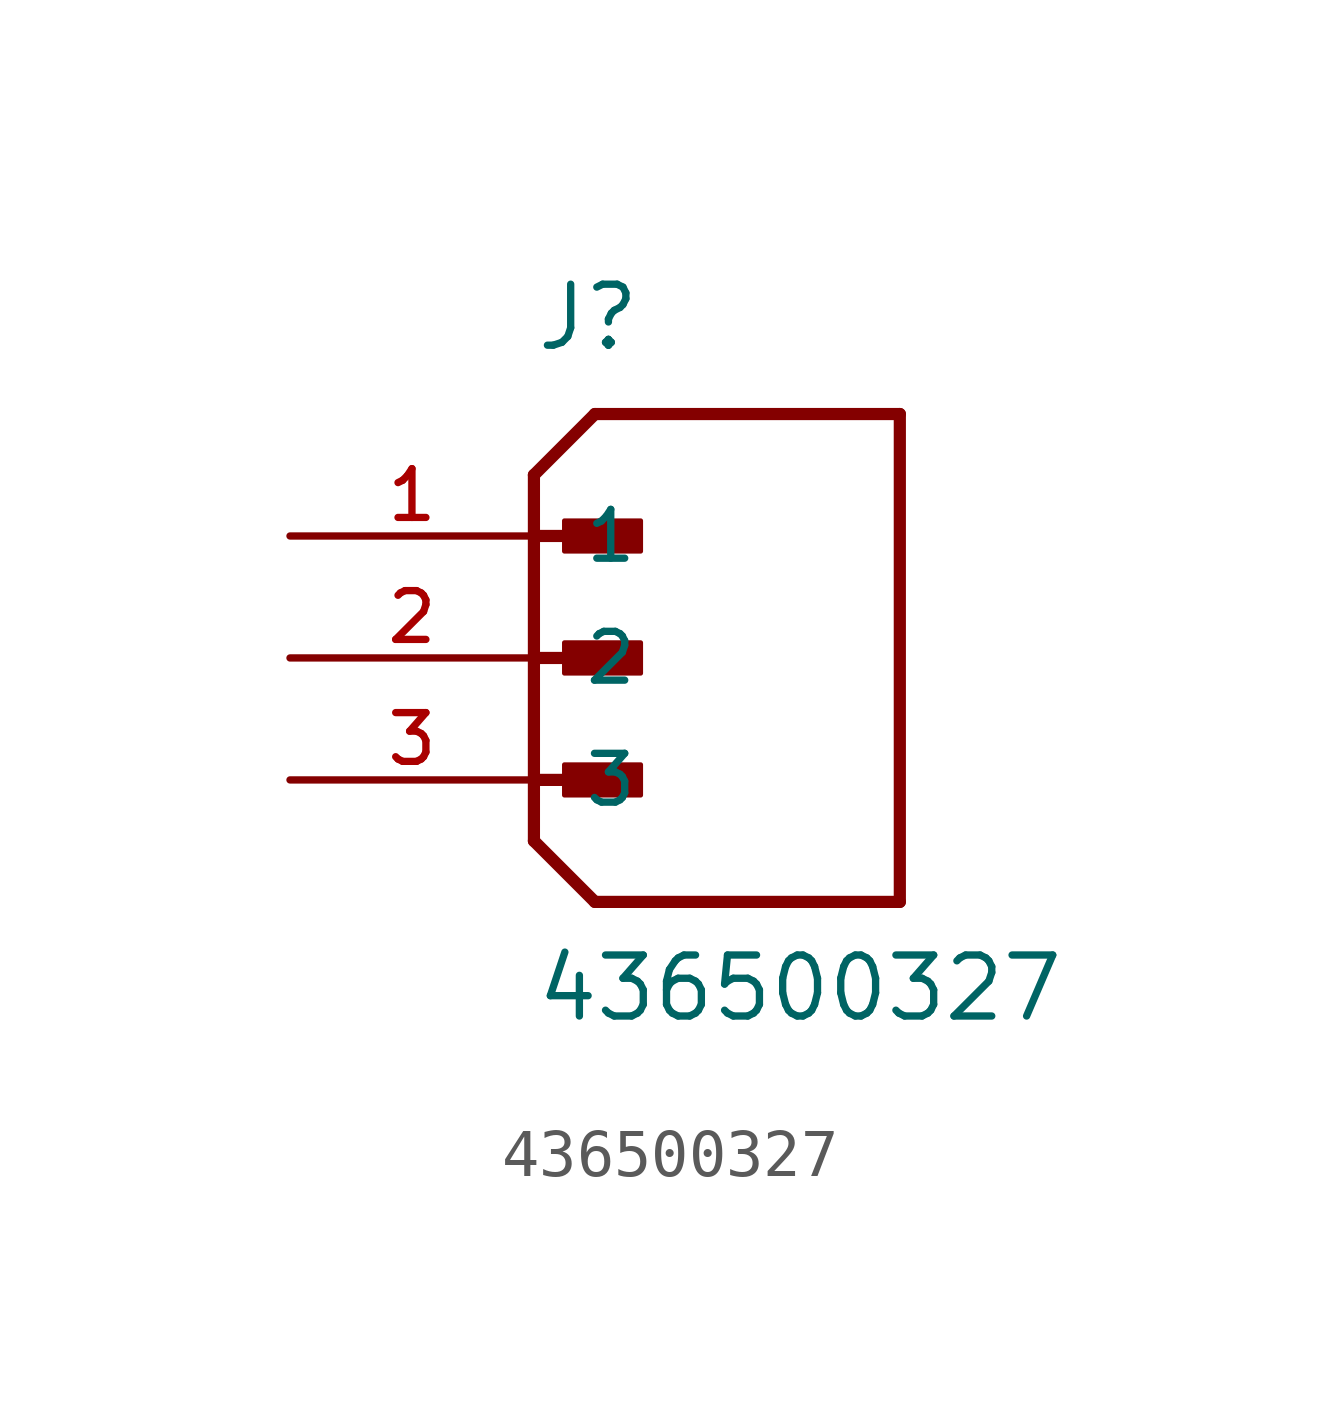
<source format=kicad_sym>
(kicad_symbol_lib
  (version 20211014)
  (generator kicad_symbol_editor)
  (symbol "436500327"
    (pin_names
      (offset 1.016))
    (property "Reference" "J"
      (at 0.0 6.35 0)
      (effects (font (size 1.27 1.27)) (justify bottom left)))
    (property "Value" "436500327"
      (at 0.0 -7.62 0)
      (effects (font (size 1.27 1.27)) (justify bottom left)))
    (symbol "436500327_0_0"
      (polyline (pts (xy 0.0 3.81) (xy 1.27 5.08)) (stroke (width 0.254)))
      (polyline (pts (xy 0.0 3.81) (xy 0.0 2.54)) (stroke (width 0.254)))
      (polyline (pts (xy 0.0 2.54) (xy 0.0 -3.81)) (stroke (width 0.254)))
      (polyline (pts (xy 0.0 -3.81) (xy 1.27 -5.08)) (stroke (width 0.254)))
      (polyline (pts (xy 1.27 -5.08) (xy 7.62 -5.08)) (stroke (width 0.254)))
      (polyline (pts (xy 7.62 -5.08) (xy 7.62 5.08)) (stroke (width 0.254)))
      (polyline (pts (xy 7.62 5.08) (xy 1.27 5.08)) (stroke (width 0.254)))
      (polyline (pts (xy 0.0 2.54) (xy 1.905 2.54)) (stroke (width 0.254)))
      (rectangle (start 0.635 2.223) (end 2.223 2.857) (stroke (width 0.1)) (fill (type outline)))
      (polyline (pts (xy 0.0 0.0) (xy 1.905 0.0)) (stroke (width 0.254)))
      (rectangle (start 0.635 -0.318) (end 2.223 0.318) (stroke (width 0.1)) (fill (type outline)))
      (polyline (pts (xy 0.0 -2.54) (xy 1.905 -2.54)) (stroke (width 0.254)))
      (rectangle (start 0.635 -2.857) (end 2.223 -2.223) (stroke (width 0.1)) (fill (type outline)))
      (pin passive line (at -5.08 2.54 0) (length 5.08) (name "1" (effects (font (size 1.016 1.016)))) (number "1" (effects (font (size 1.016 1.016)))))
      (pin passive line (at -5.08 0.0 0) (length 5.08) (name "2" (effects (font (size 1.016 1.016)))) (number "2" (effects (font (size 1.016 1.016)))))
      (pin passive line (at -5.08 -2.54 0) (length 5.08) (name "3" (effects (font (size 1.016 1.016)))) (number "3" (effects (font (size 1.016 1.016))))))))
</source>
